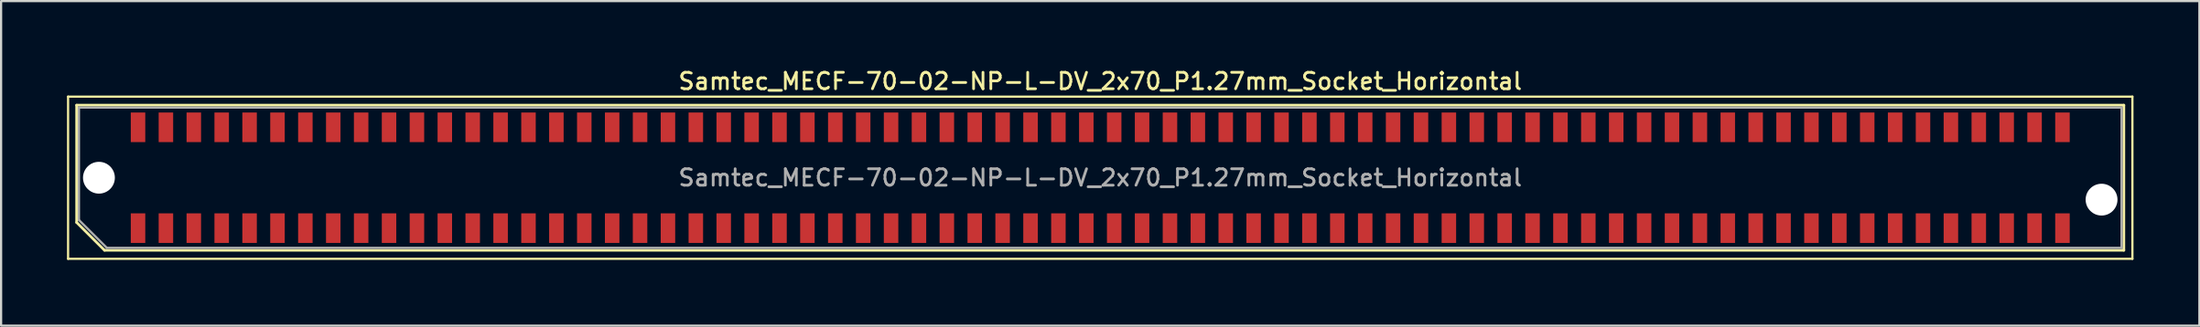
<source format=kicad_pcb>
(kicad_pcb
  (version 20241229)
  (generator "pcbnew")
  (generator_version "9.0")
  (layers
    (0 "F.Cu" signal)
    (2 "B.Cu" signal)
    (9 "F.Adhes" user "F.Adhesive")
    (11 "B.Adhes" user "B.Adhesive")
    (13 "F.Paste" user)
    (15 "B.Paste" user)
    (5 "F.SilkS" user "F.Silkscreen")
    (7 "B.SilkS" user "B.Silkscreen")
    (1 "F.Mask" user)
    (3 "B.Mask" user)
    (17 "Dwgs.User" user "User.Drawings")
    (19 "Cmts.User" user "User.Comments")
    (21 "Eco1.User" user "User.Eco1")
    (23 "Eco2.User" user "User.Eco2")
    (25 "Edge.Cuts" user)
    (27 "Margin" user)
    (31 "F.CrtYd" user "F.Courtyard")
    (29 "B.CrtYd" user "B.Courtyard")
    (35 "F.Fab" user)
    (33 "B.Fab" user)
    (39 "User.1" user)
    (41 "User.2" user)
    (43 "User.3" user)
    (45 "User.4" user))
  (footprint "Samtec_MECF-70-02-NP-L-DV_2x70_P1.27mm_Socket_Horizontal"
    (layer "F.Cu")
    (at 47.05 5.058)
    (property "Reference" "Samtec_MECF-70-02-NP-L-DV_2x70_P1.27mm_Socket_Horizontal" (at 0 -4.4 0) (layer "F.SilkS") (effects (font (size 0.75 0.75) (thickness 0.125))))
    (attr smd)
    (fp_line (start -47 -3.7) (end -47 3.7) (stroke (width 0.1) (type solid)) (layer "F.SilkS"))
    (fp_line (start -47 3.7) (end 47 3.7) (stroke (width 0.1) (type solid)) (layer "F.SilkS"))
    (fp_line (start -46.61 -3.31) (end 46.61 -3.31) (stroke (width 0.12) (type solid)) (layer "F.SilkS"))
    (fp_line (start -46.61 2.04) (end -46.61 -3.31) (stroke (width 0.12) (type solid)) (layer "F.SilkS"))
    (fp_line (start -45.34 3.31) (end -46.61 2.04) (stroke (width 0.12) (type solid)) (layer "F.SilkS"))
    (fp_line (start -45.34 3.31) (end 46.61 3.31) (stroke (width 0.12) (type solid)) (layer "F.SilkS"))
    (fp_line (start 46.61 3.31) (end 46.61 -3.31) (stroke (width 0.12) (type solid)) (layer "F.SilkS"))
    (fp_line (start 47 -3.7) (end -47 -3.7) (stroke (width 0.1) (type solid)) (layer "F.SilkS"))
    (fp_line (start 47 3.7) (end 47 -3.7) (stroke (width 0.1) (type solid)) (layer "F.SilkS"))
    (fp_line (start -46.505 -3.2) (end 46.505 -3.2) (stroke (width 0.1) (type solid)) (layer "F.Fab"))
    (fp_line (start -46.505 1.93) (end -46.505 -3.2) (stroke (width 0.1) (type solid)) (layer "F.Fab"))
    (fp_line (start -46.505 1.93) (end -45.235 3.2) (stroke (width 0.1) (type solid)) (layer "F.Fab"))
    (fp_line (start -45.235 3.2) (end 46.505 3.2) (stroke (width 0.1) (type solid)) (layer "F.Fab"))
    (fp_line (start 46.505 3.2) (end 46.505 -3.2) (stroke (width 0.1) (type solid)) (layer "F.Fab"))
    (fp_text user "${REFERENCE}" (at 0 0 0) (layer "F.Fab") (effects (font (size 0.75 0.75) (thickness 0.125))))
    (pad "" np_thru_hole circle (at -45.595 0) (size 1.45 1.45) (drill 1.45) (layers "*.Cu" "*.Mask"))
    (pad "" np_thru_hole circle (at 45.595 1) (size 1.45 1.45) (drill 1.45) (layers "*.Cu" "*.Mask"))
    (pad "1" smd rect (at -43.815 2.3) (size 0.66 1.35) (layers "F.Cu" "F.Mask" "F.Paste"))
    (pad "2" smd rect (at -43.815 -2.3) (size 0.66 1.35) (layers "F.Cu" "F.Mask" "F.Paste"))
    (pad "3" smd rect (at -42.545 2.3) (size 0.66 1.35) (layers "F.Cu" "F.Mask" "F.Paste"))
    (pad "4" smd rect (at -42.545 -2.3) (size 0.66 1.35) (layers "F.Cu" "F.Mask" "F.Paste"))
    (pad "5" smd rect (at -41.275 2.3) (size 0.66 1.35) (layers "F.Cu" "F.Mask" "F.Paste"))
    (pad "6" smd rect (at -41.275 -2.3) (size 0.66 1.35) (layers "F.Cu" "F.Mask" "F.Paste"))
    (pad "7" smd rect (at -40.005 2.3) (size 0.66 1.35) (layers "F.Cu" "F.Mask" "F.Paste"))
    (pad "8" smd rect (at -40.005 -2.3) (size 0.66 1.35) (layers "F.Cu" "F.Mask" "F.Paste"))
    (pad "9" smd rect (at -38.735 2.3) (size 0.66 1.35) (layers "F.Cu" "F.Mask" "F.Paste"))
    (pad "10" smd rect (at -38.735 -2.3) (size 0.66 1.35) (layers "F.Cu" "F.Mask" "F.Paste"))
    (pad "11" smd rect (at -37.465 2.3) (size 0.66 1.35) (layers "F.Cu" "F.Mask" "F.Paste"))
    (pad "12" smd rect (at -37.465 -2.3) (size 0.66 1.35) (layers "F.Cu" "F.Mask" "F.Paste"))
    (pad "13" smd rect (at -36.195 2.3) (size 0.66 1.35) (layers "F.Cu" "F.Mask" "F.Paste"))
    (pad "14" smd rect (at -36.195 -2.3) (size 0.66 1.35) (layers "F.Cu" "F.Mask" "F.Paste"))
    (pad "15" smd rect (at -34.925 2.3) (size 0.66 1.35) (layers "F.Cu" "F.Mask" "F.Paste"))
    (pad "16" smd rect (at -34.925 -2.3) (size 0.66 1.35) (layers "F.Cu" "F.Mask" "F.Paste"))
    (pad "17" smd rect (at -33.655 2.3) (size 0.66 1.35) (layers "F.Cu" "F.Mask" "F.Paste"))
    (pad "18" smd rect (at -33.655 -2.3) (size 0.66 1.35) (layers "F.Cu" "F.Mask" "F.Paste"))
    (pad "19" smd rect (at -32.385 2.3) (size 0.66 1.35) (layers "F.Cu" "F.Mask" "F.Paste"))
    (pad "20" smd rect (at -32.385 -2.3) (size 0.66 1.35) (layers "F.Cu" "F.Mask" "F.Paste"))
    (pad "21" smd rect (at -31.115 2.3) (size 0.66 1.35) (layers "F.Cu" "F.Mask" "F.Paste"))
    (pad "22" smd rect (at -31.115 -2.3) (size 0.66 1.35) (layers "F.Cu" "F.Mask" "F.Paste"))
    (pad "23" smd rect (at -29.845 2.3) (size 0.66 1.35) (layers "F.Cu" "F.Mask" "F.Paste"))
    (pad "24" smd rect (at -29.845 -2.3) (size 0.66 1.35) (layers "F.Cu" "F.Mask" "F.Paste"))
    (pad "25" smd rect (at -28.575 2.3) (size 0.66 1.35) (layers "F.Cu" "F.Mask" "F.Paste"))
    (pad "26" smd rect (at -28.575 -2.3) (size 0.66 1.35) (layers "F.Cu" "F.Mask" "F.Paste"))
    (pad "27" smd rect (at -27.305 2.3) (size 0.66 1.35) (layers "F.Cu" "F.Mask" "F.Paste"))
    (pad "28" smd rect (at -27.305 -2.3) (size 0.66 1.35) (layers "F.Cu" "F.Mask" "F.Paste"))
    (pad "29" smd rect (at -26.035 2.3) (size 0.66 1.35) (layers "F.Cu" "F.Mask" "F.Paste"))
    (pad "30" smd rect (at -26.035 -2.3) (size 0.66 1.35) (layers "F.Cu" "F.Mask" "F.Paste"))
    (pad "31" smd rect (at -24.765 2.3) (size 0.66 1.35) (layers "F.Cu" "F.Mask" "F.Paste"))
    (pad "32" smd rect (at -24.765 -2.3) (size 0.66 1.35) (layers "F.Cu" "F.Mask" "F.Paste"))
    (pad "33" smd rect (at -23.495 2.3) (size 0.66 1.35) (layers "F.Cu" "F.Mask" "F.Paste"))
    (pad "34" smd rect (at -23.495 -2.3) (size 0.66 1.35) (layers "F.Cu" "F.Mask" "F.Paste"))
    (pad "35" smd rect (at -22.225 2.3) (size 0.66 1.35) (layers "F.Cu" "F.Mask" "F.Paste"))
    (pad "36" smd rect (at -22.225 -2.3) (size 0.66 1.35) (layers "F.Cu" "F.Mask" "F.Paste"))
    (pad "37" smd rect (at -20.955 2.3) (size 0.66 1.35) (layers "F.Cu" "F.Mask" "F.Paste"))
    (pad "38" smd rect (at -20.955 -2.3) (size 0.66 1.35) (layers "F.Cu" "F.Mask" "F.Paste"))
    (pad "39" smd rect (at -19.685 2.3) (size 0.66 1.35) (layers "F.Cu" "F.Mask" "F.Paste"))
    (pad "40" smd rect (at -19.685 -2.3) (size 0.66 1.35) (layers "F.Cu" "F.Mask" "F.Paste"))
    (pad "41" smd rect (at -18.415 2.3) (size 0.66 1.35) (layers "F.Cu" "F.Mask" "F.Paste"))
    (pad "42" smd rect (at -18.415 -2.3) (size 0.66 1.35) (layers "F.Cu" "F.Mask" "F.Paste"))
    (pad "43" smd rect (at -17.145 2.3) (size 0.66 1.35) (layers "F.Cu" "F.Mask" "F.Paste"))
    (pad "44" smd rect (at -17.145 -2.3) (size 0.66 1.35) (layers "F.Cu" "F.Mask" "F.Paste"))
    (pad "45" smd rect (at -15.875 2.3) (size 0.66 1.35) (layers "F.Cu" "F.Mask" "F.Paste"))
    (pad "46" smd rect (at -15.875 -2.3) (size 0.66 1.35) (layers "F.Cu" "F.Mask" "F.Paste"))
    (pad "47" smd rect (at -14.605 2.3) (size 0.66 1.35) (layers "F.Cu" "F.Mask" "F.Paste"))
    (pad "48" smd rect (at -14.605 -2.3) (size 0.66 1.35) (layers "F.Cu" "F.Mask" "F.Paste"))
    (pad "49" smd rect (at -13.335 2.3) (size 0.66 1.35) (layers "F.Cu" "F.Mask" "F.Paste"))
    (pad "50" smd rect (at -13.335 -2.3) (size 0.66 1.35) (layers "F.Cu" "F.Mask" "F.Paste"))
    (pad "51" smd rect (at -12.065 2.3) (size 0.66 1.35) (layers "F.Cu" "F.Mask" "F.Paste"))
    (pad "52" smd rect (at -12.065 -2.3) (size 0.66 1.35) (layers "F.Cu" "F.Mask" "F.Paste"))
    (pad "53" smd rect (at -10.795 2.3) (size 0.66 1.35) (layers "F.Cu" "F.Mask" "F.Paste"))
    (pad "54" smd rect (at -10.795 -2.3) (size 0.66 1.35) (layers "F.Cu" "F.Mask" "F.Paste"))
    (pad "55" smd rect (at -9.525 2.3) (size 0.66 1.35) (layers "F.Cu" "F.Mask" "F.Paste"))
    (pad "56" smd rect (at -9.525 -2.3) (size 0.66 1.35) (layers "F.Cu" "F.Mask" "F.Paste"))
    (pad "57" smd rect (at -8.255 2.3) (size 0.66 1.35) (layers "F.Cu" "F.Mask" "F.Paste"))
    (pad "58" smd rect (at -8.255 -2.3) (size 0.66 1.35) (layers "F.Cu" "F.Mask" "F.Paste"))
    (pad "59" smd rect (at -6.985 2.3) (size 0.66 1.35) (layers "F.Cu" "F.Mask" "F.Paste"))
    (pad "60" smd rect (at -6.985 -2.3) (size 0.66 1.35) (layers "F.Cu" "F.Mask" "F.Paste"))
    (pad "61" smd rect (at -5.715 2.3) (size 0.66 1.35) (layers "F.Cu" "F.Mask" "F.Paste"))
    (pad "62" smd rect (at -5.715 -2.3) (size 0.66 1.35) (layers "F.Cu" "F.Mask" "F.Paste"))
    (pad "63" smd rect (at -4.445 2.3) (size 0.66 1.35) (layers "F.Cu" "F.Mask" "F.Paste"))
    (pad "64" smd rect (at -4.445 -2.3) (size 0.66 1.35) (layers "F.Cu" "F.Mask" "F.Paste"))
    (pad "65" smd rect (at -3.175 2.3) (size 0.66 1.35) (layers "F.Cu" "F.Mask" "F.Paste"))
    (pad "66" smd rect (at -3.175 -2.3) (size 0.66 1.35) (layers "F.Cu" "F.Mask" "F.Paste"))
    (pad "67" smd rect (at -1.905 2.3) (size 0.66 1.35) (layers "F.Cu" "F.Mask" "F.Paste"))
    (pad "68" smd rect (at -1.905 -2.3) (size 0.66 1.35) (layers "F.Cu" "F.Mask" "F.Paste"))
    (pad "69" smd rect (at -0.635 2.3) (size 0.66 1.35) (layers "F.Cu" "F.Mask" "F.Paste"))
    (pad "70" smd rect (at -0.635 -2.3) (size 0.66 1.35) (layers "F.Cu" "F.Mask" "F.Paste"))
    (pad "71" smd rect (at 0.635 2.3) (size 0.66 1.35) (layers "F.Cu" "F.Mask" "F.Paste"))
    (pad "72" smd rect (at 0.635 -2.3) (size 0.66 1.35) (layers "F.Cu" "F.Mask" "F.Paste"))
    (pad "73" smd rect (at 1.905 2.3) (size 0.66 1.35) (layers "F.Cu" "F.Mask" "F.Paste"))
    (pad "74" smd rect (at 1.905 -2.3) (size 0.66 1.35) (layers "F.Cu" "F.Mask" "F.Paste"))
    (pad "75" smd rect (at 3.175 2.3) (size 0.66 1.35) (layers "F.Cu" "F.Mask" "F.Paste"))
    (pad "76" smd rect (at 3.175 -2.3) (size 0.66 1.35) (layers "F.Cu" "F.Mask" "F.Paste"))
    (pad "77" smd rect (at 4.445 2.3) (size 0.66 1.35) (layers "F.Cu" "F.Mask" "F.Paste"))
    (pad "78" smd rect (at 4.445 -2.3) (size 0.66 1.35) (layers "F.Cu" "F.Mask" "F.Paste"))
    (pad "79" smd rect (at 5.715 2.3) (size 0.66 1.35) (layers "F.Cu" "F.Mask" "F.Paste"))
    (pad "80" smd rect (at 5.715 -2.3) (size 0.66 1.35) (layers "F.Cu" "F.Mask" "F.Paste"))
    (pad "81" smd rect (at 6.985 2.3) (size 0.66 1.35) (layers "F.Cu" "F.Mask" "F.Paste"))
    (pad "82" smd rect (at 6.985 -2.3) (size 0.66 1.35) (layers "F.Cu" "F.Mask" "F.Paste"))
    (pad "83" smd rect (at 8.255 2.3) (size 0.66 1.35) (layers "F.Cu" "F.Mask" "F.Paste"))
    (pad "84" smd rect (at 8.255 -2.3) (size 0.66 1.35) (layers "F.Cu" "F.Mask" "F.Paste"))
    (pad "85" smd rect (at 9.525 2.3) (size 0.66 1.35) (layers "F.Cu" "F.Mask" "F.Paste"))
    (pad "86" smd rect (at 9.525 -2.3) (size 0.66 1.35) (layers "F.Cu" "F.Mask" "F.Paste"))
    (pad "87" smd rect (at 10.795 2.3) (size 0.66 1.35) (layers "F.Cu" "F.Mask" "F.Paste"))
    (pad "88" smd rect (at 10.795 -2.3) (size 0.66 1.35) (layers "F.Cu" "F.Mask" "F.Paste"))
    (pad "89" smd rect (at 12.065 2.3) (size 0.66 1.35) (layers "F.Cu" "F.Mask" "F.Paste"))
    (pad "90" smd rect (at 12.065 -2.3) (size 0.66 1.35) (layers "F.Cu" "F.Mask" "F.Paste"))
    (pad "91" smd rect (at 13.335 2.3) (size 0.66 1.35) (layers "F.Cu" "F.Mask" "F.Paste"))
    (pad "92" smd rect (at 13.335 -2.3) (size 0.66 1.35) (layers "F.Cu" "F.Mask" "F.Paste"))
    (pad "93" smd rect (at 14.605 2.3) (size 0.66 1.35) (layers "F.Cu" "F.Mask" "F.Paste"))
    (pad "94" smd rect (at 14.605 -2.3) (size 0.66 1.35) (layers "F.Cu" "F.Mask" "F.Paste"))
    (pad "95" smd rect (at 15.875 2.3) (size 0.66 1.35) (layers "F.Cu" "F.Mask" "F.Paste"))
    (pad "96" smd rect (at 15.875 -2.3) (size 0.66 1.35) (layers "F.Cu" "F.Mask" "F.Paste"))
    (pad "97" smd rect (at 17.145 2.3) (size 0.66 1.35) (layers "F.Cu" "F.Mask" "F.Paste"))
    (pad "98" smd rect (at 17.145 -2.3) (size 0.66 1.35) (layers "F.Cu" "F.Mask" "F.Paste"))
    (pad "99" smd rect (at 18.415 2.3) (size 0.66 1.35) (layers "F.Cu" "F.Mask" "F.Paste"))
    (pad "100" smd rect (at 18.415 -2.3) (size 0.66 1.35) (layers "F.Cu" "F.Mask" "F.Paste"))
    (pad "101" smd rect (at 19.685 2.3) (size 0.66 1.35) (layers "F.Cu" "F.Mask" "F.Paste"))
    (pad "102" smd rect (at 19.685 -2.3) (size 0.66 1.35) (layers "F.Cu" "F.Mask" "F.Paste"))
    (pad "103" smd rect (at 20.955 2.3) (size 0.66 1.35) (layers "F.Cu" "F.Mask" "F.Paste"))
    (pad "104" smd rect (at 20.955 -2.3) (size 0.66 1.35) (layers "F.Cu" "F.Mask" "F.Paste"))
    (pad "105" smd rect (at 22.225 2.3) (size 0.66 1.35) (layers "F.Cu" "F.Mask" "F.Paste"))
    (pad "106" smd rect (at 22.225 -2.3) (size 0.66 1.35) (layers "F.Cu" "F.Mask" "F.Paste"))
    (pad "107" smd rect (at 23.495 2.3) (size 0.66 1.35) (layers "F.Cu" "F.Mask" "F.Paste"))
    (pad "108" smd rect (at 23.495 -2.3) (size 0.66 1.35) (layers "F.Cu" "F.Mask" "F.Paste"))
    (pad "109" smd rect (at 24.765 2.3) (size 0.66 1.35) (layers "F.Cu" "F.Mask" "F.Paste"))
    (pad "110" smd rect (at 24.765 -2.3) (size 0.66 1.35) (layers "F.Cu" "F.Mask" "F.Paste"))
    (pad "111" smd rect (at 26.035 2.3) (size 0.66 1.35) (layers "F.Cu" "F.Mask" "F.Paste"))
    (pad "112" smd rect (at 26.035 -2.3) (size 0.66 1.35) (layers "F.Cu" "F.Mask" "F.Paste"))
    (pad "113" smd rect (at 27.305 2.3) (size 0.66 1.35) (layers "F.Cu" "F.Mask" "F.Paste"))
    (pad "114" smd rect (at 27.305 -2.3) (size 0.66 1.35) (layers "F.Cu" "F.Mask" "F.Paste"))
    (pad "115" smd rect (at 28.575 2.3) (size 0.66 1.35) (layers "F.Cu" "F.Mask" "F.Paste"))
    (pad "116" smd rect (at 28.575 -2.3) (size 0.66 1.35) (layers "F.Cu" "F.Mask" "F.Paste"))
    (pad "117" smd rect (at 29.845 2.3) (size 0.66 1.35) (layers "F.Cu" "F.Mask" "F.Paste"))
    (pad "118" smd rect (at 29.845 -2.3) (size 0.66 1.35) (layers "F.Cu" "F.Mask" "F.Paste"))
    (pad "119" smd rect (at 31.115 2.3) (size 0.66 1.35) (layers "F.Cu" "F.Mask" "F.Paste"))
    (pad "120" smd rect (at 31.115 -2.3) (size 0.66 1.35) (layers "F.Cu" "F.Mask" "F.Paste"))
    (pad "121" smd rect (at 32.385 2.3) (size 0.66 1.35) (layers "F.Cu" "F.Mask" "F.Paste"))
    (pad "122" smd rect (at 32.385 -2.3) (size 0.66 1.35) (layers "F.Cu" "F.Mask" "F.Paste"))
    (pad "123" smd rect (at 33.655 2.3) (size 0.66 1.35) (layers "F.Cu" "F.Mask" "F.Paste"))
    (pad "124" smd rect (at 33.655 -2.3) (size 0.66 1.35) (layers "F.Cu" "F.Mask" "F.Paste"))
    (pad "125" smd rect (at 34.925 2.3) (size 0.66 1.35) (layers "F.Cu" "F.Mask" "F.Paste"))
    (pad "126" smd rect (at 34.925 -2.3) (size 0.66 1.35) (layers "F.Cu" "F.Mask" "F.Paste"))
    (pad "127" smd rect (at 36.195 2.3) (size 0.66 1.35) (layers "F.Cu" "F.Mask" "F.Paste"))
    (pad "128" smd rect (at 36.195 -2.3) (size 0.66 1.35) (layers "F.Cu" "F.Mask" "F.Paste"))
    (pad "129" smd rect (at 37.465 2.3) (size 0.66 1.35) (layers "F.Cu" "F.Mask" "F.Paste"))
    (pad "130" smd rect (at 37.465 -2.3) (size 0.66 1.35) (layers "F.Cu" "F.Mask" "F.Paste"))
    (pad "131" smd rect (at 38.735 2.3) (size 0.66 1.35) (layers "F.Cu" "F.Mask" "F.Paste"))
    (pad "132" smd rect (at 38.735 -2.3) (size 0.66 1.35) (layers "F.Cu" "F.Mask" "F.Paste"))
    (pad "133" smd rect (at 40.005 2.3) (size 0.66 1.35) (layers "F.Cu" "F.Mask" "F.Paste"))
    (pad "134" smd rect (at 40.005 -2.3) (size 0.66 1.35) (layers "F.Cu" "F.Mask" "F.Paste"))
    (pad "135" smd rect (at 41.275 2.3) (size 0.66 1.35) (layers "F.Cu" "F.Mask" "F.Paste"))
    (pad "136" smd rect (at 41.275 -2.3) (size 0.66 1.35) (layers "F.Cu" "F.Mask" "F.Paste"))
    (pad "137" smd rect (at 42.545 2.3) (size 0.66 1.35) (layers "F.Cu" "F.Mask" "F.Paste"))
    (pad "138" smd rect (at 42.545 -2.3) (size 0.66 1.35) (layers "F.Cu" "F.Mask" "F.Paste"))
    (pad "139" smd rect (at 43.815 2.3) (size 0.66 1.35) (layers "F.Cu" "F.Mask" "F.Paste"))
    (pad "140" smd rect (at 43.815 -2.3) (size 0.66 1.35) (layers "F.Cu" "F.Mask" "F.Paste")))
  (gr_rect
    (start -3 -3)
    (end 97.1 11.808)
    (stroke (width 0.1) (type default))
    (fill no)
    (layer "Edge.Cuts")))
</source>
